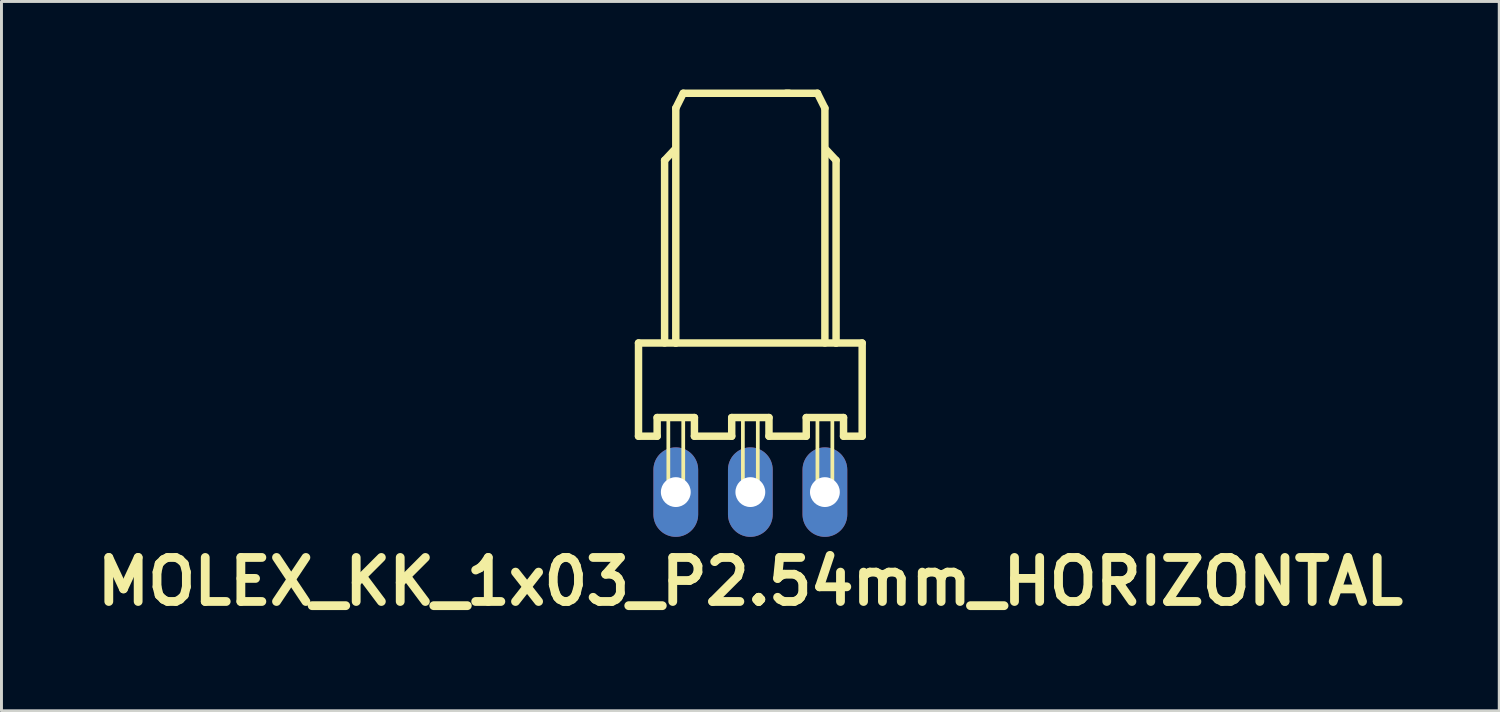
<source format=kicad_pcb>
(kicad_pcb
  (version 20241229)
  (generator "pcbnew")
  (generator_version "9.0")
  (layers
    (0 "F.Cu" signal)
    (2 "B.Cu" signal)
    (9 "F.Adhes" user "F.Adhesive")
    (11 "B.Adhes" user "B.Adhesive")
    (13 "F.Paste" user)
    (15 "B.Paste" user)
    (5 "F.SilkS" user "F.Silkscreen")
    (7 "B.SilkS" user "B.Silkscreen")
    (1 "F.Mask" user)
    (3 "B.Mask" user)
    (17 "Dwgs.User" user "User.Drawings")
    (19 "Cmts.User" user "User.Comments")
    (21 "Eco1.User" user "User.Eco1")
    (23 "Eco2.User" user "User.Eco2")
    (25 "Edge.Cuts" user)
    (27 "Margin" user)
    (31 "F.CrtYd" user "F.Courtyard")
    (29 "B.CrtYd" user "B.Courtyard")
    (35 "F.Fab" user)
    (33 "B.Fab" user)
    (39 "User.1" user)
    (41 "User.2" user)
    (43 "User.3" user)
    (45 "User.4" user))
  (footprint "MOLEX_KK_1x03_P2.54mm_HORIZONTAL"
    (layer "F.Cu")
    (at 22.514 13.716)
    (property "Reference" "MOLEX_KK_1x03_P2.54mm_HORIZONTAL" (at 0 3.048 0) (layer "F.SilkS") (effects (font (size 1.5 1.5) (thickness 0.3))))
    (attr through_hole)
    (fp_line (start -3.81 -5.08) (end -3.81 -1.905) (stroke (width 0.254) (type solid)) (layer "F.SilkS"))
    (fp_line (start -3.81 -1.905) (end -3.175 -1.905) (stroke (width 0.254) (type solid)) (layer "F.SilkS"))
    (fp_line (start -3.175 -2.54) (end -1.905 -2.54) (stroke (width 0.254) (type solid)) (layer "F.SilkS"))
    (fp_line (start -3.175 -1.905) (end -3.175 -2.54) (stroke (width 0.254) (type solid)) (layer "F.SilkS"))
    (fp_line (start -2.921 -11.303) (end -2.588 -11.659) (stroke (width 0.254) (type solid)) (layer "F.SilkS"))
    (fp_line (start -2.921 -5.08) (end -2.921 -11.303) (stroke (width 0.254) (type solid)) (layer "F.SilkS"))
    (fp_line (start -2.794 -2.515) (end -2.286 -2.515) (stroke (width 0.066) (type solid)) (layer "F.SilkS"))
    (fp_line (start -2.794 -0.279) (end -2.794 -2.515) (stroke (width 0.127) (type solid)) (layer "F.SilkS"))
    (fp_line (start -2.794 -0.279) (end -2.286 -0.279) (stroke (width 0.127) (type solid)) (layer "F.SilkS"))
    (fp_line (start -2.54 -13.081) (end -2.286 -13.589) (stroke (width 0.254) (type solid)) (layer "F.SilkS"))
    (fp_line (start -2.54 -5.08) (end -3.81 -5.08) (stroke (width 0.254) (type solid)) (layer "F.SilkS"))
    (fp_line (start -2.54 -5.08) (end -2.54 -13.081) (stroke (width 0.254) (type solid)) (layer "F.SilkS"))
    (fp_line (start -2.286 -13.589) (end 1.321 -13.589) (stroke (width 0.254) (type solid)) (layer "F.SilkS"))
    (fp_line (start -2.286 -0.279) (end -2.286 -2.515) (stroke (width 0.127) (type solid)) (layer "F.SilkS"))
    (fp_line (start -1.905 -2.54) (end -1.905 -1.905) (stroke (width 0.254) (type solid)) (layer "F.SilkS"))
    (fp_line (start -1.905 -1.905) (end -0.635 -1.905) (stroke (width 0.254) (type solid)) (layer "F.SilkS"))
    (fp_line (start -0.635 -2.54) (end 0.635 -2.54) (stroke (width 0.254) (type solid)) (layer "F.SilkS"))
    (fp_line (start -0.635 -1.905) (end -0.635 -2.54) (stroke (width 0.254) (type solid)) (layer "F.SilkS"))
    (fp_line (start -0.254 -2.515) (end 0.254 -2.515) (stroke (width 0.066) (type solid)) (layer "F.SilkS"))
    (fp_line (start -0.254 -2.515) (end 0.254 -2.515) (stroke (width 0.066) (type solid)) (layer "F.SilkS"))
    (fp_line (start -0.254 -0.279) (end -0.254 -2.515) (stroke (width 0.127) (type solid)) (layer "F.SilkS"))
    (fp_line (start -0.254 -0.279) (end 0.254 -0.279) (stroke (width 0.127) (type solid)) (layer "F.SilkS"))
    (fp_line (start 0.254 -0.279) (end 0.254 -2.515) (stroke (width 0.127) (type solid)) (layer "F.SilkS"))
    (fp_line (start 0.635 -2.54) (end 0.635 -1.905) (stroke (width 0.254) (type solid)) (layer "F.SilkS"))
    (fp_line (start 0.635 -1.905) (end 1.905 -1.905) (stroke (width 0.254) (type solid)) (layer "F.SilkS"))
    (fp_line (start 1.905 -2.54) (end 3.175 -2.54) (stroke (width 0.254) (type solid)) (layer "F.SilkS"))
    (fp_line (start 1.905 -1.905) (end 1.905 -2.54) (stroke (width 0.254) (type solid)) (layer "F.SilkS"))
    (fp_line (start 2.286 -13.589) (end 1.219 -13.589) (stroke (width 0.254) (type solid)) (layer "F.SilkS"))
    (fp_line (start 2.286 -2.515) (end 2.794 -2.515) (stroke (width 0.066) (type solid)) (layer "F.SilkS"))
    (fp_line (start 2.286 -2.515) (end 2.794 -2.515) (stroke (width 0.066) (type solid)) (layer "F.SilkS"))
    (fp_line (start 2.286 -0.279) (end 2.286 -2.515) (stroke (width 0.127) (type solid)) (layer "F.SilkS"))
    (fp_line (start 2.286 -0.279) (end 2.794 -0.279) (stroke (width 0.127) (type solid)) (layer "F.SilkS"))
    (fp_line (start 2.54 -13.081) (end 2.286 -13.589) (stroke (width 0.254) (type solid)) (layer "F.SilkS"))
    (fp_line (start 2.54 -5.08) (end 2.54 -13.081) (stroke (width 0.254) (type solid)) (layer "F.SilkS"))
    (fp_line (start 2.794 -0.279) (end 2.794 -2.515) (stroke (width 0.127) (type solid)) (layer "F.SilkS"))
    (fp_line (start 2.921 -11.303) (end 2.588 -11.659) (stroke (width 0.254) (type solid)) (layer "F.SilkS"))
    (fp_line (start 2.921 -5.08) (end -2.54 -5.08) (stroke (width 0.254) (type solid)) (layer "F.SilkS"))
    (fp_line (start 2.921 -5.08) (end 2.921 -11.303) (stroke (width 0.254) (type solid)) (layer "F.SilkS"))
    (fp_line (start 3.175 -2.54) (end 3.175 -1.905) (stroke (width 0.254) (type solid)) (layer "F.SilkS"))
    (fp_line (start 3.175 -1.905) (end 3.81 -1.905) (stroke (width 0.254) (type solid)) (layer "F.SilkS"))
    (fp_line (start 3.81 -5.08) (end 2.921 -5.08) (stroke (width 0.254) (type solid)) (layer "F.SilkS"))
    (fp_line (start 3.81 -1.905) (end 3.81 -5.08) (stroke (width 0.254) (type solid)) (layer "F.SilkS"))
    (pad "1" thru_hole oval (at 2.54 0) (size 1.524 3.048) (drill 1.016) (layers "*.Cu" "*.Mask"))
    (pad "2" thru_hole oval (at 0 0) (size 1.524 3.048) (drill 1.016) (layers "*.Cu" "*.Mask"))
    (pad "3" thru_hole oval (at -2.54 0) (size 1.524 3.048) (drill 1.016) (layers "*.Cu" "*.Mask")))
  (gr_rect
    (start -3 -3)
    (end 48.029 21.168)
    (stroke (width 0.1) (type default))
    (fill no)
    (layer "Edge.Cuts")))
</source>
